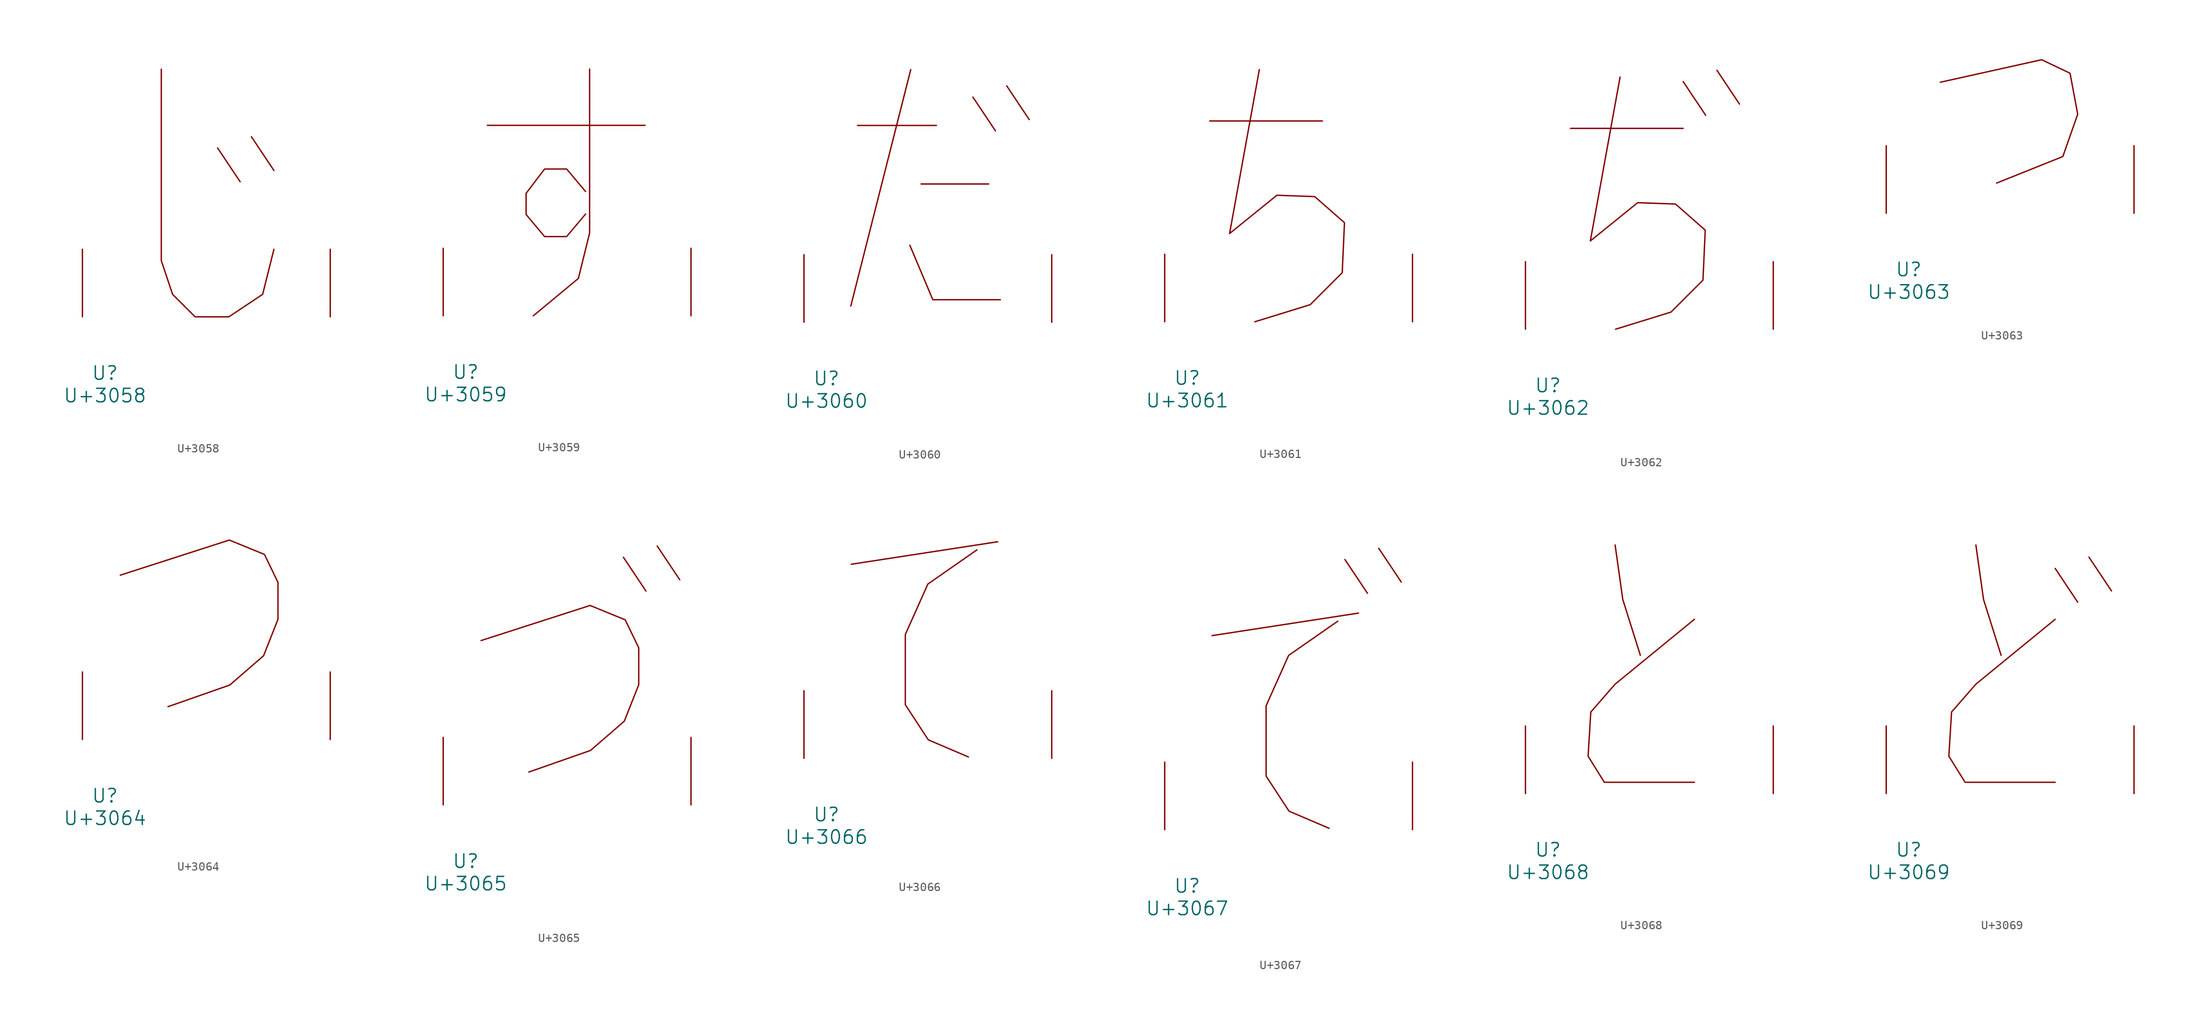
<source format=kicad_sym>
(kicad_symbol_lib
  (version 20231120)
  (generator "kicad_symbol_editor")
  (generator_version "8.0")
  (symbol "U+3058"
    (pin_names
      (offset 1.016))
    (property "Reference" "U"
      (at 0 -6.35 0)
      (effects (font (size 1.524 1.524))))
    (property "Value" "U+3058"
      (at 0 -8.89 0)
      (effects (font (size 1.524 1.524))))
    (symbol "U+3058_0_1"
      (polyline (pts (xy 12.7 19.05) (xy 15.24 15.24)) (stroke (width 0) (type solid)) (fill (type none)))
      (polyline (pts (xy 16.51 20.32) (xy 19.05 16.51)) (stroke (width 0) (type solid)) (fill (type none)))
      (polyline (pts (xy 6.35 27.94) (xy 6.35 6.35) (xy 7.62 2.54) (xy 10.16 0) (xy 13.97 0) (xy 17.78 2.54) (xy 19.05 7.62)) (stroke (width 0) (type solid)) (fill (type none)))
      (pin input line (at -2.54 0 90) (length 7.62) (name "~" (effects (font (size 1.27 1.27)))) (number "~" (effects (font (size 1.27 1.27)))))
      (pin input line (at 25.4 0 90) (length 7.62) (name "~" (effects (font (size 1.27 1.27)))) (number "~" (effects (font (size 1.27 1.27)))))))
  (symbol "U+3059"
    (pin_names
      (offset 1.016))
    (property "Reference" "U"
      (at 0 -6.35 0)
      (effects (font (size 1.524 1.524))))
    (property "Value" "U+3059"
      (at 0 -8.89 0)
      (effects (font (size 1.524 1.524))))
    (symbol "U+3059_0_1"
      (polyline (pts (xy 2.438 21.488) (xy 20.218 21.488)) (stroke (width 0) (type solid)) (fill (type none)))
      (polyline (pts (xy 13.97 27.838) (xy 13.97 9.347) (xy 12.7 4.216) (xy 7.62 0)) (stroke (width 0) (type solid)) (fill (type none)))
      (polyline (pts (xy 13.513 14.021) (xy 11.379 16.561) (xy 8.89 16.561) (xy 6.807 13.818) (xy 6.807 11.43) (xy 8.89 8.941) (xy 11.379 8.941) (xy 13.513 11.481)) (stroke (width 0) (type solid)) (fill (type none)))
      (pin input line (at -2.54 0 90) (length 7.62) (name "~" (effects (font (size 1.27 1.27)))) (number "~" (effects (font (size 1.27 1.27)))))
      (pin input line (at 25.4 0 90) (length 7.62) (name "~" (effects (font (size 1.27 1.27)))) (number "~" (effects (font (size 1.27 1.27)))))))
  (symbol "U+3060"
    (pin_names
      (offset 1.016))
    (property "Reference" "U"
      (at 0 -6.35 0)
      (effects (font (size 1.524 1.524))))
    (property "Value" "U+3060"
      (at 0 -8.89 0)
      (effects (font (size 1.524 1.524))))
    (symbol "U+3060_0_1"
      (polyline (pts (xy 3.505 22.2) (xy 12.395 22.2)) (stroke (width 0) (type solid)) (fill (type none)))
      (polyline (pts (xy 9.5 28.499) (xy 2.743 1.829)) (stroke (width 0) (type solid)) (fill (type none)))
      (polyline (pts (xy 10.668 15.596) (xy 18.288 15.596)) (stroke (width 0) (type solid)) (fill (type none)))
      (polyline (pts (xy 16.51 25.4) (xy 19.05 21.59)) (stroke (width 0) (type solid)) (fill (type none)))
      (polyline (pts (xy 20.32 26.67) (xy 22.86 22.86)) (stroke (width 0) (type solid)) (fill (type none)))
      (polyline (pts (xy 9.398 8.687) (xy 11.989 2.54) (xy 19.609 2.54)) (stroke (width 0) (type solid)) (fill (type none)))
      (pin input line (at -2.54 0 90) (length 7.62) (name "~" (effects (font (size 1.27 1.27)))) (number "~" (effects (font (size 1.27 1.27)))))
      (pin input line (at 25.4 0 90) (length 7.62) (name "~" (effects (font (size 1.27 1.27)))) (number "~" (effects (font (size 1.27 1.27)))))))
  (symbol "U+3061"
    (pin_names
      (offset 1.016))
    (property "Reference" "U"
      (at 0 -6.35 0)
      (effects (font (size 1.524 1.524))))
    (property "Value" "U+3061"
      (at 0 -8.89 0)
      (effects (font (size 1.524 1.524))))
    (symbol "U+3061_0_1"
      (polyline (pts (xy 2.54 22.657) (xy 15.24 22.657)) (stroke (width 0) (type solid)) (fill (type none)))
      (polyline (pts (xy 8.128 28.448) (xy 4.775 9.957) (xy 10.109 14.275) (xy 14.376 14.122) (xy 17.729 11.176) (xy 17.475 5.537) (xy 13.868 1.93) (xy 7.62 0)) (stroke (width 0) (type solid)) (fill (type none)))
      (pin input line (at -2.54 0 90) (length 7.62) (name "~" (effects (font (size 1.27 1.27)))) (number "~" (effects (font (size 1.27 1.27)))))
      (pin input line (at 25.4 0 90) (length 7.62) (name "~" (effects (font (size 1.27 1.27)))) (number "~" (effects (font (size 1.27 1.27)))))))
  (symbol "U+3062"
    (pin_names
      (offset 1.016))
    (property "Reference" "U"
      (at 0 -6.35 0)
      (effects (font (size 1.524 1.524))))
    (property "Value" "U+3062"
      (at 0 -8.89 0)
      (effects (font (size 1.524 1.524))))
    (symbol "U+3062_0_1"
      (polyline (pts (xy 2.54 22.657) (xy 15.24 22.657)) (stroke (width 0) (type solid)) (fill (type none)))
      (polyline (pts (xy 15.24 27.94) (xy 17.78 24.13)) (stroke (width 0) (type solid)) (fill (type none)))
      (polyline (pts (xy 19.05 29.21) (xy 21.59 25.4)) (stroke (width 0) (type solid)) (fill (type none)))
      (polyline (pts (xy 8.128 28.448) (xy 4.775 9.957) (xy 10.109 14.275) (xy 14.376 14.122) (xy 17.729 11.176) (xy 17.475 5.537) (xy 13.868 1.93) (xy 7.62 0)) (stroke (width 0) (type solid)) (fill (type none)))
      (pin input line (at -2.54 0 90) (length 7.62) (name "~" (effects (font (size 1.27 1.27)))) (number "~" (effects (font (size 1.27 1.27)))))
      (pin input line (at 25.4 0 90) (length 7.62) (name "~" (effects (font (size 1.27 1.27)))) (number "~" (effects (font (size 1.27 1.27)))))))
  (symbol "U+3063"
    (pin_names
      (offset 1.016))
    (property "Reference" "U"
      (at 0 -6.35 0)
      (effects (font (size 1.524 1.524))))
    (property "Value" "U+3063"
      (at 0 -8.89 0)
      (effects (font (size 1.524 1.524))))
    (symbol "U+3063_0_1"
      (polyline (pts (xy 3.556 14.783) (xy 14.986 17.323) (xy 18.186 15.799) (xy 19.05 11.176) (xy 17.374 6.401) (xy 9.906 3.404)) (stroke (width 0) (type solid)) (fill (type none)))
      (pin input line (at -2.54 0 90) (length 7.62) (name "~" (effects (font (size 1.27 1.27)))) (number "~" (effects (font (size 1.27 1.27)))))
      (pin input line (at 25.4 0 90) (length 7.62) (name "~" (effects (font (size 1.27 1.27)))) (number "~" (effects (font (size 1.27 1.27)))))))
  (symbol "U+3064"
    (pin_names
      (offset 1.016))
    (property "Reference" "U"
      (at 0 -6.35 0)
      (effects (font (size 1.524 1.524))))
    (property "Value" "U+3064"
      (at 0 -8.89 0)
      (effects (font (size 1.524 1.524))))
    (symbol "U+3064_0_1"
      (polyline (pts (xy 1.727 18.542) (xy 14.021 22.504) (xy 17.983 20.879) (xy 19.507 17.729) (xy 19.507 13.564) (xy 17.882 9.449) (xy 14.072 6.147) (xy 7.112 3.708)) (stroke (width 0) (type solid)) (fill (type none)))
      (pin input line (at -2.54 0 90) (length 7.62) (name "~" (effects (font (size 1.27 1.27)))) (number "~" (effects (font (size 1.27 1.27)))))
      (pin input line (at 25.4 0 90) (length 7.62) (name "~" (effects (font (size 1.27 1.27)))) (number "~" (effects (font (size 1.27 1.27)))))))
  (symbol "U+3065"
    (pin_names
      (offset 1.016))
    (property "Reference" "U"
      (at 0 -6.35 0)
      (effects (font (size 1.524 1.524))))
    (property "Value" "U+3065"
      (at 0 -8.89 0)
      (effects (font (size 1.524 1.524))))
    (symbol "U+3065_0_1"
      (polyline (pts (xy 17.78 27.94) (xy 20.32 24.13)) (stroke (width 0) (type solid)) (fill (type none)))
      (polyline (pts (xy 21.59 29.21) (xy 24.13 25.4)) (stroke (width 0) (type solid)) (fill (type none)))
      (polyline (pts (xy 1.727 18.542) (xy 14.021 22.504) (xy 17.983 20.879) (xy 19.507 17.729) (xy 19.507 13.564) (xy 17.882 9.449) (xy 14.072 6.147) (xy 7.112 3.708)) (stroke (width 0) (type solid)) (fill (type none)))
      (pin input line (at -2.54 0 90) (length 7.62) (name "~" (effects (font (size 1.27 1.27)))) (number "~" (effects (font (size 1.27 1.27)))))
      (pin input line (at 25.4 0 90) (length 7.62) (name "~" (effects (font (size 1.27 1.27)))) (number "~" (effects (font (size 1.27 1.27)))))))
  (symbol "U+3066"
    (pin_names
      (offset 1.016))
    (property "Reference" "U"
      (at 0 -6.35 0)
      (effects (font (size 1.524 1.524))))
    (property "Value" "U+3066"
      (at 0 -8.89 0)
      (effects (font (size 1.524 1.524))))
    (symbol "U+3066_0_1"
      (polyline (pts (xy 2.794 21.895) (xy 19.304 24.435)) (stroke (width 0) (type solid)) (fill (type none)))
      (polyline (pts (xy 16.967 23.52) (xy 11.43 19.66) (xy 8.89 13.97) (xy 8.89 6.045) (xy 11.481 2.083) (xy 16.002 0.152)) (stroke (width 0) (type solid)) (fill (type none)))
      (pin input line (at -2.54 0 90) (length 7.62) (name "~" (effects (font (size 1.27 1.27)))) (number "~" (effects (font (size 1.27 1.27)))))
      (pin input line (at 25.4 0 90) (length 7.62) (name "~" (effects (font (size 1.27 1.27)))) (number "~" (effects (font (size 1.27 1.27)))))))
  (symbol "U+3067"
    (pin_names
      (offset 1.016))
    (property "Reference" "U"
      (at 0 -6.35 0)
      (effects (font (size 1.524 1.524))))
    (property "Value" "U+3067"
      (at 0 -8.89 0)
      (effects (font (size 1.524 1.524))))
    (symbol "U+3067_0_1"
      (polyline (pts (xy 2.794 21.895) (xy 19.304 24.435)) (stroke (width 0) (type solid)) (fill (type none)))
      (polyline (pts (xy 17.78 30.48) (xy 20.32 26.67)) (stroke (width 0) (type solid)) (fill (type none)))
      (polyline (pts (xy 21.59 31.75) (xy 24.13 27.94)) (stroke (width 0) (type solid)) (fill (type none)))
      (polyline (pts (xy 16.967 23.52) (xy 11.43 19.66) (xy 8.89 13.97) (xy 8.89 6.045) (xy 11.481 2.083) (xy 16.002 0.152)) (stroke (width 0) (type solid)) (fill (type none)))
      (pin input line (at -2.54 0 90) (length 7.62) (name "~" (effects (font (size 1.27 1.27)))) (number "~" (effects (font (size 1.27 1.27)))))
      (pin input line (at 25.4 0 90) (length 7.62) (name "~" (effects (font (size 1.27 1.27)))) (number "~" (effects (font (size 1.27 1.27)))))))
  (symbol "U+3068"
    (pin_names
      (offset 1.016))
    (property "Reference" "U"
      (at 0 -6.35 0)
      (effects (font (size 1.524 1.524))))
    (property "Value" "U+3068"
      (at 0 -8.89 0)
      (effects (font (size 1.524 1.524))))
    (symbol "U+3068_0_1"
      (polyline (pts (xy 7.569 28.042) (xy 8.433 21.895) (xy 10.414 15.596)) (stroke (width 0) (type solid)) (fill (type none)))
      (polyline (pts (xy 16.51 19.66) (xy 7.569 12.344) (xy 4.826 9.195) (xy 4.521 4.216) (xy 6.35 1.27) (xy 16.51 1.27)) (stroke (width 0) (type solid)) (fill (type none)))
      (pin input line (at -2.54 0 90) (length 7.62) (name "~" (effects (font (size 1.27 1.27)))) (number "~" (effects (font (size 1.27 1.27)))))
      (pin input line (at 25.4 0 90) (length 7.62) (name "~" (effects (font (size 1.27 1.27)))) (number "~" (effects (font (size 1.27 1.27)))))))
  (symbol "U+3069"
    (pin_names
      (offset 1.016))
    (property "Reference" "U"
      (at 0 -6.35 0)
      (effects (font (size 1.524 1.524))))
    (property "Value" "U+3069"
      (at 0 -8.89 0)
      (effects (font (size 1.524 1.524))))
    (symbol "U+3069_0_1"
      (polyline (pts (xy 16.51 25.4) (xy 19.05 21.59)) (stroke (width 0) (type solid)) (fill (type none)))
      (polyline (pts (xy 20.32 26.67) (xy 22.86 22.86)) (stroke (width 0) (type solid)) (fill (type none)))
      (polyline (pts (xy 7.569 28.042) (xy 8.433 21.895) (xy 10.414 15.596)) (stroke (width 0) (type solid)) (fill (type none)))
      (polyline (pts (xy 16.51 19.66) (xy 7.569 12.344) (xy 4.826 9.195) (xy 4.521 4.216) (xy 6.35 1.27) (xy 16.51 1.27)) (stroke (width 0) (type solid)) (fill (type none)))
      (pin input line (at -2.54 0 90) (length 7.62) (name "~" (effects (font (size 1.27 1.27)))) (number "~" (effects (font (size 1.27 1.27)))))
      (pin input line (at 25.4 0 90) (length 7.62) (name "~" (effects (font (size 1.27 1.27)))) (number "~" (effects (font (size 1.27 1.27))))))))
</source>
